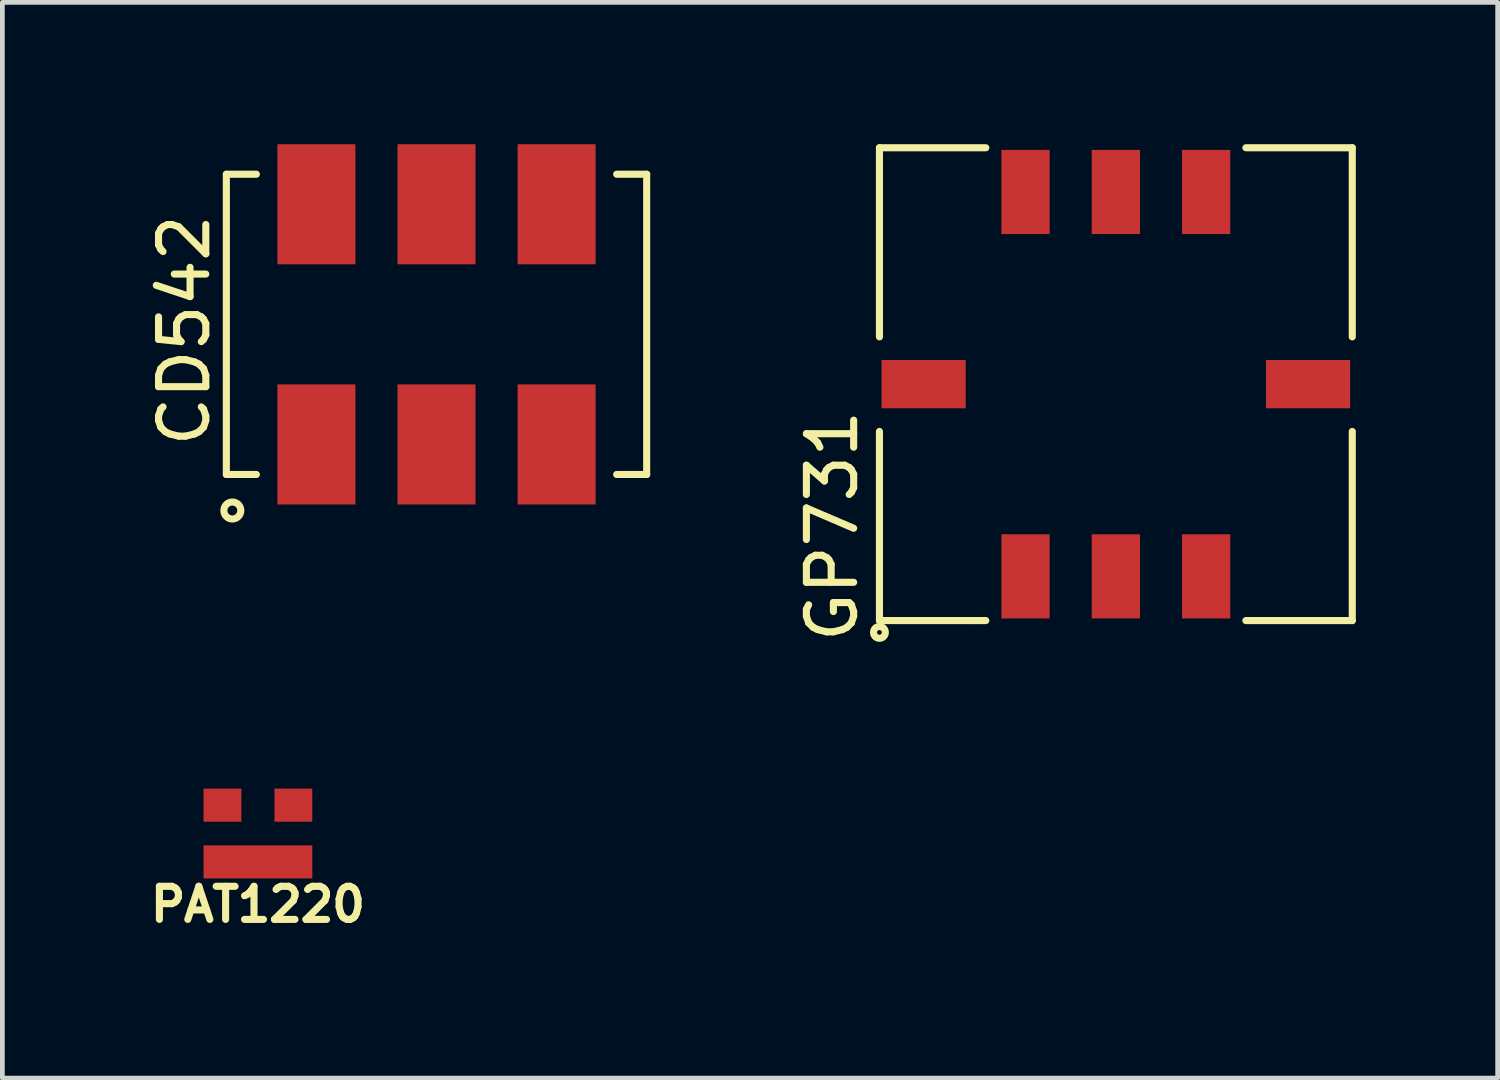
<source format=kicad_pcb>
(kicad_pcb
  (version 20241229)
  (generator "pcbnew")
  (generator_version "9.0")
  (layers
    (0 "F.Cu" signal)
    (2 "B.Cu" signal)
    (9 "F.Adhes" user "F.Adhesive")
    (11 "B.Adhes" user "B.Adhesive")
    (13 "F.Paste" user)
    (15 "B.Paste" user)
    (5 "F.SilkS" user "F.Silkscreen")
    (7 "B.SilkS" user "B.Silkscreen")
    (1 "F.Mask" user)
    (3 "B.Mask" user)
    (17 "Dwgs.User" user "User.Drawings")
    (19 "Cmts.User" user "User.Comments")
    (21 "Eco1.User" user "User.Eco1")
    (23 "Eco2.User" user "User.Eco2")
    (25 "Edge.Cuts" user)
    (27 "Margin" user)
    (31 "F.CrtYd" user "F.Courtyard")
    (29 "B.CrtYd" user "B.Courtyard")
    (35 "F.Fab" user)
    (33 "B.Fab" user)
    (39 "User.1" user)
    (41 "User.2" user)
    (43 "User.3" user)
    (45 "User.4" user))
  (footprint "PAT1220"
    (layer "F.Cu")
    (at 2.405 14.579)
    (property "Reference" "PAT1220" (at 0 1.5 0) (layer "F.SilkS") (effects (font (size 0.7 0.7) (thickness 0.15))))
    (attr through_hole)
    (pad "1" smd rect (at -0.75 -0.6) (size 0.8 0.7) (layers "F.Cu" "F.Mask" "F.Paste"))
    (pad "2" smd rect (at 0.75 -0.6) (size 0.8 0.7) (layers "F.Cu" "F.Mask" "F.Paste"))
    (pad "3" smd rect (at 0 0.6) (size 2.3 0.7) (layers "F.Cu" "F.Mask" "F.Paste")))
  (footprint "CD542"
    (layer "F.Cu")
    (at 6.182 3.81)
    (property "Reference" "CD542" (at -5.334 0.127 90) (layer "F.SilkS") (effects (font (size 1 1) (thickness 0.15))))
    (attr through_hole)
    (fp_line (start -4.445 -3.175) (end -4.445 3.175) (stroke (width 0.15) (type solid)) (layer "F.SilkS"))
    (fp_line (start -4.445 3.175) (end -3.81 3.175) (stroke (width 0.15) (type solid)) (layer "F.SilkS"))
    (fp_line (start -3.81 -3.175) (end -4.445 -3.175) (stroke (width 0.15) (type solid)) (layer "F.SilkS"))
    (fp_line (start 3.81 -3.175) (end 4.445 -3.175) (stroke (width 0.15) (type solid)) (layer "F.SilkS"))
    (fp_line (start 4.445 -3.175) (end 4.445 3.175) (stroke (width 0.15) (type solid)) (layer "F.SilkS"))
    (fp_line (start 4.445 3.175) (end 3.81 3.175) (stroke (width 0.15) (type solid)) (layer "F.SilkS"))
    (fp_circle (center -4.318 3.937) (end -4.191 4.064) (stroke (width 0.15) (type solid)) (fill no) (layer "F.SilkS"))
    (pad "1" smd rect (at -2.54 2.54) (size 1.65 2.54) (layers "F.Cu" "F.Mask" "F.Paste"))
    (pad "2" smd rect (at 0 2.54) (size 1.65 2.54) (layers "F.Cu" "F.Mask" "F.Paste"))
    (pad "3" smd rect (at 2.54 2.54) (size 1.65 2.54) (layers "F.Cu" "F.Mask" "F.Paste"))
    (pad "4" smd rect (at 2.54 -2.54) (size 1.65 2.54) (layers "F.Cu" "F.Mask" "F.Paste"))
    (pad "5" smd rect (at 0 -2.54) (size 1.65 2.54) (layers "F.Cu" "F.Mask" "F.Paste"))
    (pad "6" smd rect (at -2.54 -2.54) (size 1.65 2.54) (layers "F.Cu" "F.Mask" "F.Paste")))
  (footprint "GP731"
    (layer "F.Cu")
    (at 20.55 5.075)
    (property "Reference" "GP731" (at -6 3 90) (layer "F.SilkS") (effects (font (size 1 1) (thickness 0.15))))
    (attr through_hole)
    (fp_line (start -5 -5) (end -2.75 -5) (stroke (width 0.15) (type solid)) (layer "F.SilkS"))
    (fp_line (start -5 -1) (end -5 -5) (stroke (width 0.15) (type solid)) (layer "F.SilkS"))
    (fp_line (start -5 1) (end -5 5) (stroke (width 0.15) (type solid)) (layer "F.SilkS"))
    (fp_line (start -5 5) (end -3 5) (stroke (width 0.15) (type solid)) (layer "F.SilkS"))
    (fp_line (start -3 5) (end -2.75 5) (stroke (width 0.15) (type solid)) (layer "F.SilkS"))
    (fp_line (start 2.75 -5) (end 5 -5) (stroke (width 0.15) (type solid)) (layer "F.SilkS"))
    (fp_line (start 2.75 5) (end 5 5) (stroke (width 0.15) (type solid)) (layer "F.SilkS"))
    (fp_line (start 5 -5) (end 5 -1) (stroke (width 0.15) (type solid)) (layer "F.SilkS"))
    (fp_line (start 5 5) (end 5 1) (stroke (width 0.15) (type solid)) (layer "F.SilkS"))
    (fp_circle (center -5 5.25) (end -4.95 5.25) (stroke (width 0.15) (type solid)) (fill no) (layer "F.SilkS"))
    (pad "1" smd rect (at -1.91 4.065) (size 1.02 1.78) (layers "F.Cu" "F.Mask" "F.Paste"))
    (pad "2" smd rect (at 0 4.065) (size 1.02 1.78) (layers "F.Cu" "F.Mask" "F.Paste"))
    (pad "3" smd rect (at 1.91 4.065) (size 1.02 1.78) (layers "F.Cu" "F.Mask" "F.Paste"))
    (pad "4" smd rect (at 4.065 0) (size 1.78 1.02) (layers "F.Cu" "F.Mask" "F.Paste"))
    (pad "5" smd rect (at 1.91 -4.065) (size 1.02 1.78) (layers "F.Cu" "F.Mask" "F.Paste"))
    (pad "6" smd rect (at 0 -4.065) (size 1.02 1.78) (layers "F.Cu" "F.Mask" "F.Paste"))
    (pad "7" smd rect (at -1.91 -4.065) (size 1.02 1.78) (layers "F.Cu" "F.Mask" "F.Paste"))
    (pad "8" smd rect (at -4.065 0) (size 1.78 1.02) (layers "F.Cu" "F.Mask" "F.Paste")))
  (gr_rect
    (start -3 -3)
    (end 28.625 19.751)
    (stroke (width 0.1) (type default))
    (fill no)
    (layer "Edge.Cuts")))
</source>
